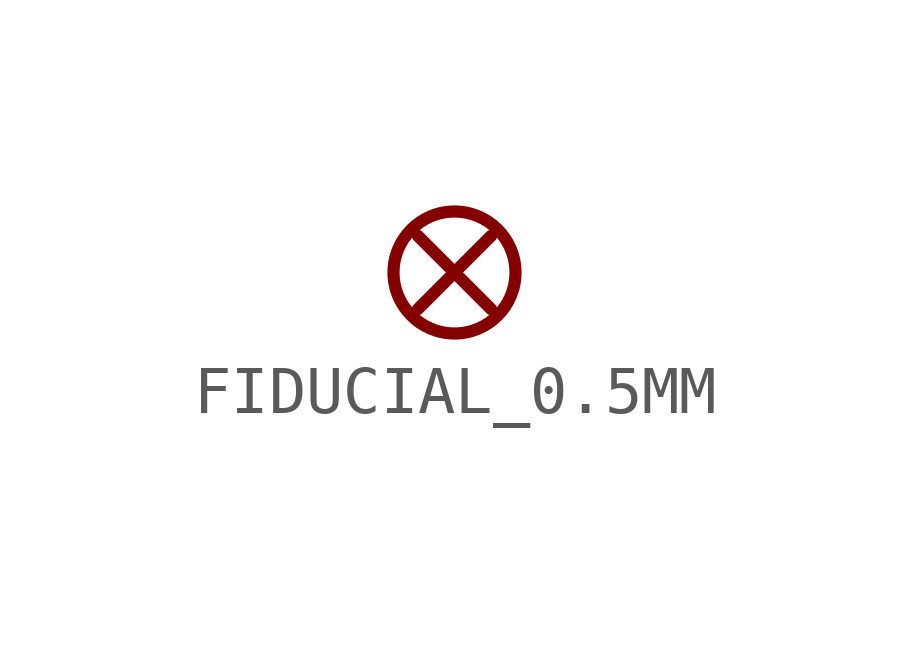
<source format=kicad_sym>
(kicad_symbol_lib
  (version 20211014)
  (generator kicad_symbol_editor)
  (symbol "FIDUCIAL_0.5MM"
    (property "Reference" "FID"
      (at 0 0 0)
      (effects (font (size 1.27 1.27)) hide))
    (property "ki_locked" ""
      (at 0 0 0)
      (effects (font (size 1.27 1.27))))
    (symbol "FIDUCIAL_0.5MM_1_0"
      (polyline (pts (xy -0.762 0.762) (xy 0.762 -0.762)) (stroke (width 0.254) (type default) (color 0 0 0 0)) (fill (type none)))
      (polyline (pts (xy 0.762 0.762) (xy -0.762 -0.762)) (stroke (width 0.254) (type default) (color 0 0 0 0)) (fill (type none)))
      (circle (center 0 0) (radius 1.27) (stroke (width 0.254) (type default) (color 0 0 0 0)) (fill (type none))))))
</source>
